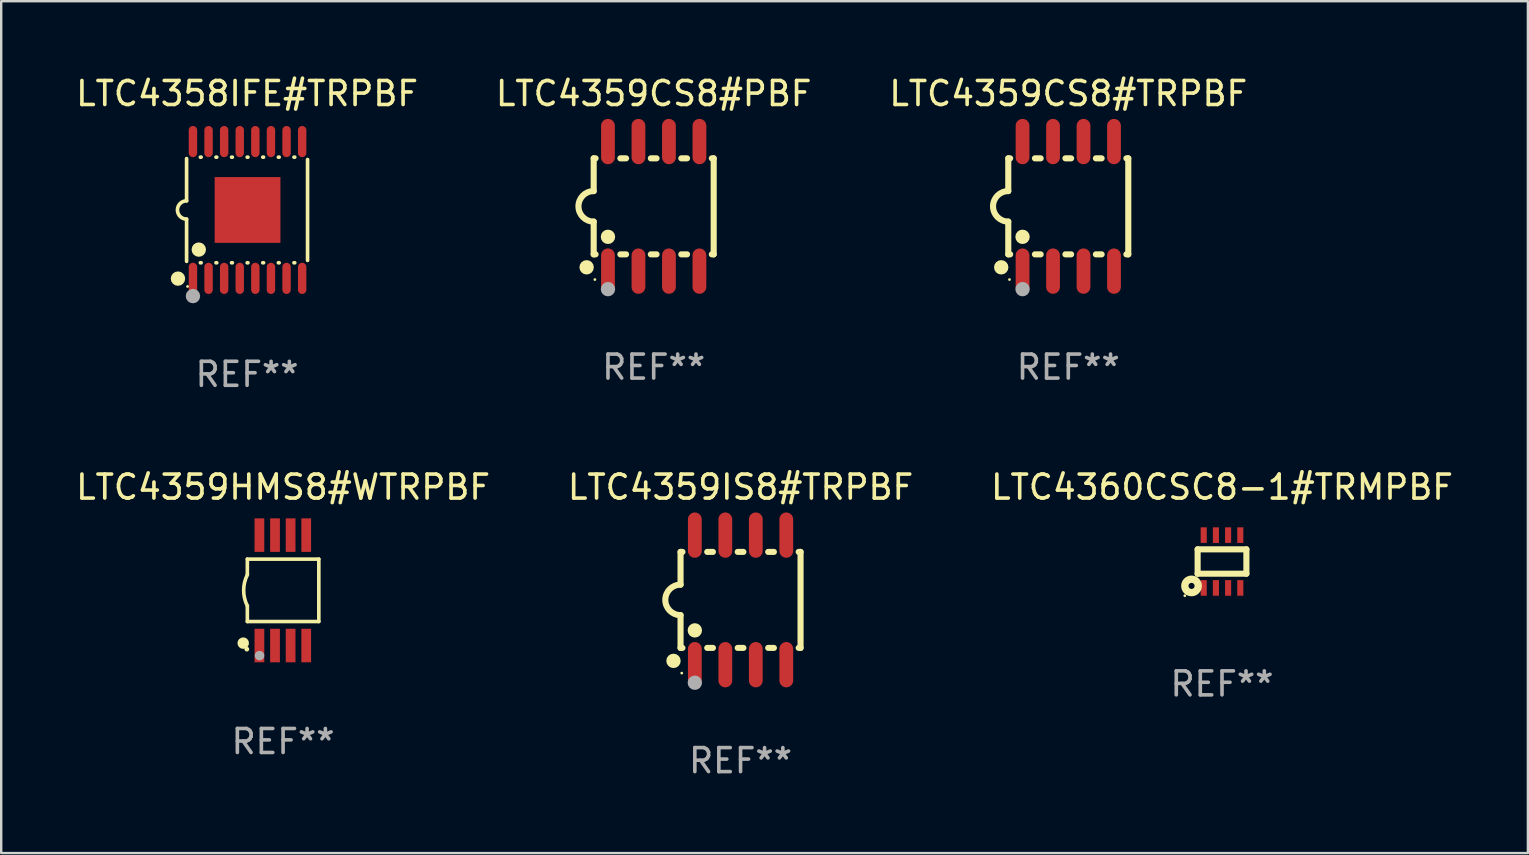
<source format=kicad_pcb>
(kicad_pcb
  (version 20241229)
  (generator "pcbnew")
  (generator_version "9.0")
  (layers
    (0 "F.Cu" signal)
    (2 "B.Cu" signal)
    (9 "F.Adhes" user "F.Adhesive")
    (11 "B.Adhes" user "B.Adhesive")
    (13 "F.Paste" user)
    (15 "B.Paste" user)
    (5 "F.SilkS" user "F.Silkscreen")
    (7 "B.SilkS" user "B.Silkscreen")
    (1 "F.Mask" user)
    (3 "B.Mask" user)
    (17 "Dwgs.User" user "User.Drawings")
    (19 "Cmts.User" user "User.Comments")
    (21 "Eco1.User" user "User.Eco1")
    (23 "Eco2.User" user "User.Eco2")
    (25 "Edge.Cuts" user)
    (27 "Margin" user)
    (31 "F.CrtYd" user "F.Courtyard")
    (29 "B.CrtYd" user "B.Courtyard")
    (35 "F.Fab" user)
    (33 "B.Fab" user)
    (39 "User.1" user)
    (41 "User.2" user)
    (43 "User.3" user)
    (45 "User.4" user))
  (footprint "LTC4359HMS8#WTRPBF"
    (layer "F.Cu")
    (at 8.744 21.545)
    (property "Reference" "LTC4359HMS8#WTRPBF" (at 0 -4.3 0) (layer "F.SilkS") (effects (font (size 1 1) (thickness 0.15))))
    (attr through_hole)
    (fp_line (start -1.489 -1.3) (end -1.489 -0.648) (stroke (width 0.15) (type solid)) (layer "F.SilkS"))
    (fp_line (start -1.489 0.648) (end -1.489 1.3) (stroke (width 0.15) (type solid)) (layer "F.SilkS"))
    (fp_line (start -1.489 1.3) (end 1.489 1.3) (stroke (width 0.15) (type solid)) (layer "F.SilkS"))
    (fp_line (start 1.489 -1.3) (end -1.489 -1.3) (stroke (width 0.15) (type solid)) (layer "F.SilkS"))
    (fp_line (start 1.489 1.3) (end 1.489 -1.3) (stroke (width 0.15) (type solid)) (layer "F.SilkS"))
    (fp_arc (start -1.489205 0.647702) (mid -1.642107 0) (end -1.489205 -0.647701) (stroke (width 0.150013) (type solid)) (layer "F.SilkS"))
    (fp_circle (center -1.661 2.2) (end -1.541 2.2) (stroke (width 0.24) (type solid)) (fill no) (layer "F.SilkS"))
    (fp_circle (center -1.511 2.45) (end -1.461 2.45) (stroke (width 0.1) (type solid)) (fill no) (layer "F.SilkS"))
    (fp_circle (center -0.981 2.72) (end -0.881 2.72) (stroke (width 0.2) (type solid)) (fill no) (layer "F.Fab"))
    (fp_text user "REF**" (at 0 6.3 0) (layer "F.Fab") (effects (font (size 1 1) (thickness 0.15))))
    (pad "1" smd rect (at -0.986 2.3) (size 0.406 1.397) (layers "F.Cu" "F.Mask" "F.Paste"))
    (pad "2" smd rect (at -0.336 2.3) (size 0.406 1.397) (layers "F.Cu" "F.Mask" "F.Paste"))
    (pad "3" smd rect (at 0.314 2.3) (size 0.406 1.397) (layers "F.Cu" "F.Mask" "F.Paste"))
    (pad "4" smd rect (at 0.964 2.3) (size 0.406 1.397) (layers "F.Cu" "F.Mask" "F.Paste"))
    (pad "5" smd rect (at 0.964 -2.3) (size 0.406 1.397) (layers "F.Cu" "F.Mask" "F.Paste"))
    (pad "6" smd rect (at 0.314 -2.3) (size 0.406 1.397) (layers "F.Cu" "F.Mask" "F.Paste"))
    (pad "7" smd rect (at -0.336 -2.3) (size 0.406 1.397) (layers "F.Cu" "F.Mask" "F.Paste"))
    (pad "8" smd rect (at -0.986 -2.3) (size 0.406 1.397) (layers "F.Cu" "F.Mask" "F.Paste")))
  (footprint "LTC4359CS8#TRPBF"
    (layer "F.Cu")
    (at 41.458 5.547)
    (property "Reference" "LTC4359CS8#TRPBF" (at 0 -4.699 0) (layer "F.SilkS") (effects (font (size 1 1) (thickness 0.15))))
    (attr through_hole)
    (fp_line (start -2.5 -2) (end -2.5 -0.635) (stroke (width 0.254) (type solid)) (layer "F.SilkS"))
    (fp_line (start -2.5 -2) (end -2.421 -2) (stroke (width 0.254) (type solid)) (layer "F.SilkS"))
    (fp_line (start -2.5 2) (end -2.5 0.635) (stroke (width 0.254) (type solid)) (layer "F.SilkS"))
    (fp_line (start -2.5 2) (end -2.421 2) (stroke (width 0.254) (type solid)) (layer "F.SilkS"))
    (fp_line (start -1.389 -2) (end -1.151 -2) (stroke (width 0.254) (type solid)) (layer "F.SilkS"))
    (fp_line (start -1.389 2) (end -1.151 2) (stroke (width 0.254) (type solid)) (layer "F.SilkS"))
    (fp_line (start -0.119 -2) (end 0.119 -2) (stroke (width 0.254) (type solid)) (layer "F.SilkS"))
    (fp_line (start -0.119 2) (end 0.119 2) (stroke (width 0.254) (type solid)) (layer "F.SilkS"))
    (fp_line (start 1.151 -2) (end 1.389 -2) (stroke (width 0.254) (type solid)) (layer "F.SilkS"))
    (fp_line (start 1.151 2) (end 1.389 2) (stroke (width 0.254) (type solid)) (layer "F.SilkS"))
    (fp_line (start 2.421 -2) (end 2.5 -2) (stroke (width 0.254) (type solid)) (layer "F.SilkS"))
    (fp_line (start 2.421 2) (end 2.5 2) (stroke (width 0.254) (type solid)) (layer "F.SilkS"))
    (fp_line (start 2.5 -2) (end 2.5 2) (stroke (width 0.254) (type solid)) (layer "F.SilkS"))
    (fp_arc (start -2.5 0.635001) (mid -3.134366 -0.000318) (end -2.499365 -0.635001) (stroke (width 0.254001) (type solid)) (layer "F.SilkS"))
    (fp_circle (center -2.794 2.54) (end -2.644 2.54) (stroke (width 0.3) (type solid)) (fill no) (layer "F.SilkS"))
    (fp_circle (center -2.45 3.05) (end -2.42 3.05) (stroke (width 0.06) (type solid)) (fill no) (layer "F.SilkS"))
    (fp_circle (center -1.905 1.27) (end -1.755 1.27) (stroke (width 0.3) (type solid)) (fill no) (layer "F.SilkS"))
    (fp_circle (center -1.905 3.45) (end -1.755 3.45) (stroke (width 0.3) (type solid)) (fill no) (layer "F.Fab"))
    (fp_text user "REF**" (at 0 6.699 0) (layer "F.Fab") (effects (font (size 1 1) (thickness 0.15))))
    (pad "1" smd oval (at -1.905 2.699) (size 0.574 1.888) (layers "F.Cu" "F.Mask" "F.Paste"))
    (pad "2" smd oval (at -0.635 2.699) (size 0.574 1.888) (layers "F.Cu" "F.Mask" "F.Paste"))
    (pad "3" smd oval (at 0.635 2.699) (size 0.574 1.888) (layers "F.Cu" "F.Mask" "F.Paste"))
    (pad "4" smd oval (at 1.905 2.699) (size 0.574 1.888) (layers "F.Cu" "F.Mask" "F.Paste"))
    (pad "5" smd oval (at 1.905 -2.699) (size 0.574 1.888) (layers "F.Cu" "F.Mask" "F.Paste"))
    (pad "6" smd oval (at 0.635 -2.699) (size 0.574 1.888) (layers "F.Cu" "F.Mask" "F.Paste"))
    (pad "7" smd oval (at -0.635 -2.699) (size 0.574 1.888) (layers "F.Cu" "F.Mask" "F.Paste"))
    (pad "8" smd oval (at -1.905 -2.699) (size 0.574 1.888) (layers "F.Cu" "F.Mask" "F.Paste")))
  (footprint "LTC4359CS8#PBF"
    (layer "F.Cu")
    (at 24.185 5.547)
    (property "Reference" "LTC4359CS8#PBF" (at 0 -4.699 0) (layer "F.SilkS") (effects (font (size 1 1) (thickness 0.15))))
    (attr through_hole)
    (fp_line (start -2.5 -2) (end -2.5 -0.635) (stroke (width 0.254) (type solid)) (layer "F.SilkS"))
    (fp_line (start -2.5 -2) (end -2.421 -2) (stroke (width 0.254) (type solid)) (layer "F.SilkS"))
    (fp_line (start -2.5 2) (end -2.5 0.635) (stroke (width 0.254) (type solid)) (layer "F.SilkS"))
    (fp_line (start -2.5 2) (end -2.421 2) (stroke (width 0.254) (type solid)) (layer "F.SilkS"))
    (fp_line (start -1.389 -2) (end -1.151 -2) (stroke (width 0.254) (type solid)) (layer "F.SilkS"))
    (fp_line (start -1.389 2) (end -1.151 2) (stroke (width 0.254) (type solid)) (layer "F.SilkS"))
    (fp_line (start -0.119 -2) (end 0.119 -2) (stroke (width 0.254) (type solid)) (layer "F.SilkS"))
    (fp_line (start -0.119 2) (end 0.119 2) (stroke (width 0.254) (type solid)) (layer "F.SilkS"))
    (fp_line (start 1.151 -2) (end 1.389 -2) (stroke (width 0.254) (type solid)) (layer "F.SilkS"))
    (fp_line (start 1.151 2) (end 1.389 2) (stroke (width 0.254) (type solid)) (layer "F.SilkS"))
    (fp_line (start 2.421 -2) (end 2.5 -2) (stroke (width 0.254) (type solid)) (layer "F.SilkS"))
    (fp_line (start 2.421 2) (end 2.5 2) (stroke (width 0.254) (type solid)) (layer "F.SilkS"))
    (fp_line (start 2.5 -2) (end 2.5 2) (stroke (width 0.254) (type solid)) (layer "F.SilkS"))
    (fp_arc (start -2.5 0.635001) (mid -3.134366 -0.000318) (end -2.499365 -0.635001) (stroke (width 0.254001) (type solid)) (layer "F.SilkS"))
    (fp_circle (center -2.794 2.54) (end -2.644 2.54) (stroke (width 0.3) (type solid)) (fill no) (layer "F.SilkS"))
    (fp_circle (center -2.45 3.05) (end -2.42 3.05) (stroke (width 0.06) (type solid)) (fill no) (layer "F.SilkS"))
    (fp_circle (center -1.905 1.27) (end -1.755 1.27) (stroke (width 0.3) (type solid)) (fill no) (layer "F.SilkS"))
    (fp_circle (center -1.905 3.45) (end -1.755 3.45) (stroke (width 0.3) (type solid)) (fill no) (layer "F.Fab"))
    (fp_text user "REF**" (at 0 6.699 0) (layer "F.Fab") (effects (font (size 1 1) (thickness 0.15))))
    (pad "1" smd oval (at -1.905 2.699) (size 0.574 1.888) (layers "F.Cu" "F.Mask" "F.Paste"))
    (pad "2" smd oval (at -0.635 2.699) (size 0.574 1.888) (layers "F.Cu" "F.Mask" "F.Paste"))
    (pad "3" smd oval (at 0.635 2.699) (size 0.574 1.888) (layers "F.Cu" "F.Mask" "F.Paste"))
    (pad "4" smd oval (at 1.905 2.699) (size 0.574 1.888) (layers "F.Cu" "F.Mask" "F.Paste"))
    (pad "5" smd oval (at 1.905 -2.699) (size 0.574 1.888) (layers "F.Cu" "F.Mask" "F.Paste"))
    (pad "6" smd oval (at 0.635 -2.699) (size 0.574 1.888) (layers "F.Cu" "F.Mask" "F.Paste"))
    (pad "7" smd oval (at -0.635 -2.699) (size 0.574 1.888) (layers "F.Cu" "F.Mask" "F.Paste"))
    (pad "8" smd oval (at -1.905 -2.699) (size 0.574 1.888) (layers "F.Cu" "F.Mask" "F.Paste")))
  (footprint "LTC4358IFE#TRPBF"
    (layer "F.Cu")
    (at 7.244 5.698)
    (property "Reference" "LTC4358IFE#TRPBF" (at 0 -4.85 0) (layer "F.SilkS") (effects (font (size 1 1) (thickness 0.15))))
    (attr through_hole)
    (fp_line (start -2.52 -2.14) (end -2.52 -0.381) (stroke (width 0.152) (type solid)) (layer "F.SilkS"))
    (fp_line (start -2.52 2.14) (end -2.52 0.381) (stroke (width 0.152) (type solid)) (layer "F.SilkS"))
    (fp_line (start -1.946 -2.2) (end -1.914 -2.2) (stroke (width 0.152) (type solid)) (layer "F.SilkS"))
    (fp_line (start -1.946 2.2) (end -1.914 2.2) (stroke (width 0.152) (type solid)) (layer "F.SilkS"))
    (fp_line (start -1.296 -2.2) (end -1.264 -2.2) (stroke (width 0.152) (type solid)) (layer "F.SilkS"))
    (fp_line (start -1.296 2.2) (end -1.264 2.2) (stroke (width 0.152) (type solid)) (layer "F.SilkS"))
    (fp_line (start -0.646 -2.2) (end -0.614 -2.2) (stroke (width 0.152) (type solid)) (layer "F.SilkS"))
    (fp_line (start -0.646 2.2) (end -0.614 2.2) (stroke (width 0.152) (type solid)) (layer "F.SilkS"))
    (fp_line (start 0.004 -2.2) (end 0.036 -2.2) (stroke (width 0.152) (type solid)) (layer "F.SilkS"))
    (fp_line (start 0.004 2.2) (end 0.036 2.2) (stroke (width 0.152) (type solid)) (layer "F.SilkS"))
    (fp_line (start 0.654 -2.2) (end 0.686 -2.2) (stroke (width 0.152) (type solid)) (layer "F.SilkS"))
    (fp_line (start 0.654 2.2) (end 0.686 2.2) (stroke (width 0.152) (type solid)) (layer "F.SilkS"))
    (fp_line (start 1.304 -2.2) (end 1.336 -2.2) (stroke (width 0.152) (type solid)) (layer "F.SilkS"))
    (fp_line (start 1.304 2.2) (end 1.336 2.2) (stroke (width 0.152) (type solid)) (layer "F.SilkS"))
    (fp_line (start 1.954 -2.2) (end 1.986 -2.2) (stroke (width 0.152) (type solid)) (layer "F.SilkS"))
    (fp_line (start 1.954 2.2) (end 1.986 2.2) (stroke (width 0.152) (type solid)) (layer "F.SilkS"))
    (fp_line (start 2.52 -2.101) (end 2.52 2.101) (stroke (width 0.152) (type solid)) (layer "F.SilkS"))
    (fp_arc (start -2.520003 0.381001) (mid -2.901004 0) (end -2.520003 -0.381001) (stroke (width 0.151994) (type solid)) (layer "F.SilkS"))
    (fp_circle (center -2.879 2.86) (end -2.729 2.86) (stroke (width 0.3) (type solid)) (fill no) (layer "F.SilkS"))
    (fp_circle (center -2.48 3.187) (end -2.45 3.187) (stroke (width 0.06) (type solid)) (fill no) (layer "F.SilkS"))
    (fp_circle (center -2.012 1.651) (end -1.862 1.651) (stroke (width 0.3) (type solid)) (fill no) (layer "F.SilkS"))
    (fp_circle (center -2.255 3.588) (end -2.105 3.588) (stroke (width 0.3) (type solid)) (fill no) (layer "F.Fab"))
    (fp_text user "REF**" (at 0 6.85 0) (layer "F.Fab") (effects (font (size 1 1) (thickness 0.15))))
    (pad "1" smd oval (at -2.255 2.85) (size 0.35 1.3) (layers "F.Cu" "F.Mask" "F.Paste"))
    (pad "2" smd oval (at -1.605 2.85) (size 0.35 1.3) (layers "F.Cu" "F.Mask" "F.Paste"))
    (pad "3" smd oval (at -0.955 2.85) (size 0.35 1.3) (layers "F.Cu" "F.Mask" "F.Paste"))
    (pad "4" smd oval (at -0.305 2.85) (size 0.35 1.3) (layers "F.Cu" "F.Mask" "F.Paste"))
    (pad "5" smd oval (at 0.345 2.85) (size 0.35 1.3) (layers "F.Cu" "F.Mask" "F.Paste"))
    (pad "6" smd oval (at 0.995 2.85) (size 0.35 1.3) (layers "F.Cu" "F.Mask" "F.Paste"))
    (pad "7" smd oval (at 1.645 2.85) (size 0.35 1.3) (layers "F.Cu" "F.Mask" "F.Paste"))
    (pad "8" smd oval (at 2.295 2.85) (size 0.35 1.3) (layers "F.Cu" "F.Mask" "F.Paste"))
    (pad "9" smd oval (at 2.295 -2.85) (size 0.35 1.3) (layers "F.Cu" "F.Mask" "F.Paste"))
    (pad "10" smd oval (at 1.645 -2.85) (size 0.35 1.3) (layers "F.Cu" "F.Mask" "F.Paste"))
    (pad "11" smd oval (at 0.995 -2.85) (size 0.35 1.3) (layers "F.Cu" "F.Mask" "F.Paste"))
    (pad "12" smd oval (at 0.345 -2.85) (size 0.35 1.3) (layers "F.Cu" "F.Mask" "F.Paste"))
    (pad "13" smd oval (at -0.305 -2.85) (size 0.35 1.3) (layers "F.Cu" "F.Mask" "F.Paste"))
    (pad "14" smd oval (at -0.955 -2.85) (size 0.35 1.3) (layers "F.Cu" "F.Mask" "F.Paste"))
    (pad "15" smd oval (at -1.605 -2.85) (size 0.35 1.3) (layers "F.Cu" "F.Mask" "F.Paste"))
    (pad "16" smd oval (at -2.255 -2.85) (size 0.35 1.3) (layers "F.Cu" "F.Mask" "F.Paste"))
    (pad "17" smd rect (at 0.02 0) (size 2.74 2.74) (layers "F.Cu" "F.Mask" "F.Paste")))
  (footprint "LTC4359IS8#TRPBF"
    (layer "F.Cu")
    (at 27.804 21.944)
    (property "Reference" "LTC4359IS8#TRPBF" (at 0 -4.699 0) (layer "F.SilkS") (effects (font (size 1 1) (thickness 0.15))))
    (attr through_hole)
    (fp_line (start -2.5 -2) (end -2.5 -0.635) (stroke (width 0.254) (type solid)) (layer "F.SilkS"))
    (fp_line (start -2.5 -2) (end -2.421 -2) (stroke (width 0.254) (type solid)) (layer "F.SilkS"))
    (fp_line (start -2.5 2) (end -2.5 0.635) (stroke (width 0.254) (type solid)) (layer "F.SilkS"))
    (fp_line (start -2.5 2) (end -2.421 2) (stroke (width 0.254) (type solid)) (layer "F.SilkS"))
    (fp_line (start -1.389 -2) (end -1.151 -2) (stroke (width 0.254) (type solid)) (layer "F.SilkS"))
    (fp_line (start -1.389 2) (end -1.151 2) (stroke (width 0.254) (type solid)) (layer "F.SilkS"))
    (fp_line (start -0.119 -2) (end 0.119 -2) (stroke (width 0.254) (type solid)) (layer "F.SilkS"))
    (fp_line (start -0.119 2) (end 0.119 2) (stroke (width 0.254) (type solid)) (layer "F.SilkS"))
    (fp_line (start 1.151 -2) (end 1.389 -2) (stroke (width 0.254) (type solid)) (layer "F.SilkS"))
    (fp_line (start 1.151 2) (end 1.389 2) (stroke (width 0.254) (type solid)) (layer "F.SilkS"))
    (fp_line (start 2.421 -2) (end 2.5 -2) (stroke (width 0.254) (type solid)) (layer "F.SilkS"))
    (fp_line (start 2.421 2) (end 2.5 2) (stroke (width 0.254) (type solid)) (layer "F.SilkS"))
    (fp_line (start 2.5 -2) (end 2.5 2) (stroke (width 0.254) (type solid)) (layer "F.SilkS"))
    (fp_arc (start -2.5 0.635001) (mid -3.134366 -0.000318) (end -2.499365 -0.635001) (stroke (width 0.254001) (type solid)) (layer "F.SilkS"))
    (fp_circle (center -2.794 2.54) (end -2.644 2.54) (stroke (width 0.3) (type solid)) (fill no) (layer "F.SilkS"))
    (fp_circle (center -2.45 3.05) (end -2.42 3.05) (stroke (width 0.06) (type solid)) (fill no) (layer "F.SilkS"))
    (fp_circle (center -1.905 1.27) (end -1.755 1.27) (stroke (width 0.3) (type solid)) (fill no) (layer "F.SilkS"))
    (fp_circle (center -1.905 3.45) (end -1.755 3.45) (stroke (width 0.3) (type solid)) (fill no) (layer "F.Fab"))
    (fp_text user "REF**" (at 0 6.699 0) (layer "F.Fab") (effects (font (size 1 1) (thickness 0.15))))
    (pad "1" smd oval (at -1.905 2.699) (size 0.574 1.888) (layers "F.Cu" "F.Mask" "F.Paste"))
    (pad "2" smd oval (at -0.635 2.699) (size 0.574 1.888) (layers "F.Cu" "F.Mask" "F.Paste"))
    (pad "3" smd oval (at 0.635 2.699) (size 0.574 1.888) (layers "F.Cu" "F.Mask" "F.Paste"))
    (pad "4" smd oval (at 1.905 2.699) (size 0.574 1.888) (layers "F.Cu" "F.Mask" "F.Paste"))
    (pad "5" smd oval (at 1.905 -2.699) (size 0.574 1.888) (layers "F.Cu" "F.Mask" "F.Paste"))
    (pad "6" smd oval (at 0.635 -2.699) (size 0.574 1.888) (layers "F.Cu" "F.Mask" "F.Paste"))
    (pad "7" smd oval (at -0.635 -2.699) (size 0.574 1.888) (layers "F.Cu" "F.Mask" "F.Paste"))
    (pad "8" smd oval (at -1.905 -2.699) (size 0.574 1.888) (layers "F.Cu" "F.Mask" "F.Paste")))
  (footprint "LTC4360CSC8-1#TRMPBF"
    (layer "F.Cu")
    (at 47.863 20.345)
    (property "Reference" "LTC4360CSC8-1#TRMPBF" (at 0 -3.1 0) (layer "F.SilkS") (effects (font (size 1 1) (thickness 0.15))))
    (attr through_hole)
    (fp_line (start -1.016 -0.508) (end 1.016 -0.508) (stroke (width 0.254) (type solid)) (layer "F.SilkS"))
    (fp_line (start -1.016 0.508) (end -1.016 -0.508) (stroke (width 0.254) (type solid)) (layer "F.SilkS"))
    (fp_line (start 1.016 -0.508) (end 1.016 0.508) (stroke (width 0.254) (type solid)) (layer "F.SilkS"))
    (fp_line (start 1.016 0.508) (end -1.016 0.508) (stroke (width 0.254) (type solid)) (layer "F.SilkS"))
    (fp_circle (center -1.549 1.425) (end -1.519 1.425) (stroke (width 0.06) (type solid)) (fill no) (layer "F.SilkS"))
    (fp_circle (center -1.27 1.016) (end -1.143 1.016) (stroke (width 0.305) (type solid)) (fill no) (layer "F.SilkS"))
    (fp_text user "REF**" (at 0 5.1 0) (layer "F.Fab") (effects (font (size 1 1) (thickness 0.15))))
    (pad "1" smd rect (at -0.762 1.1 90) (size 0.65 0.254) (layers "F.Cu" "F.Mask" "F.Paste"))
    (pad "2" smd rect (at -0.254 1.1 90) (size 0.65 0.254) (layers "F.Cu" "F.Mask" "F.Paste"))
    (pad "3" smd rect (at 0.254 1.1 90) (size 0.65 0.254) (layers "F.Cu" "F.Mask" "F.Paste"))
    (pad "4" smd rect (at 0.762 1.1 90) (size 0.65 0.254) (layers "F.Cu" "F.Mask" "F.Paste"))
    (pad "5" smd rect (at 0.762 -1.1 270) (size 0.65 0.254) (layers "F.Cu" "F.Mask" "F.Paste"))
    (pad "6" smd rect (at 0.254 -1.1 270) (size 0.65 0.254) (layers "F.Cu" "F.Mask" "F.Paste"))
    (pad "7" smd rect (at -0.254 -1.1 270) (size 0.65 0.254) (layers "F.Cu" "F.Mask" "F.Paste"))
    (pad "8" smd rect (at -0.762 -1.1 270) (size 0.65 0.254) (layers "F.Cu" "F.Mask" "F.Paste")))
  (gr_rect
    (start -3 -3)
    (end 60.607 32.491)
    (stroke (width 0.1) (type default))
    (fill no)
    (layer "Edge.Cuts")))
</source>
